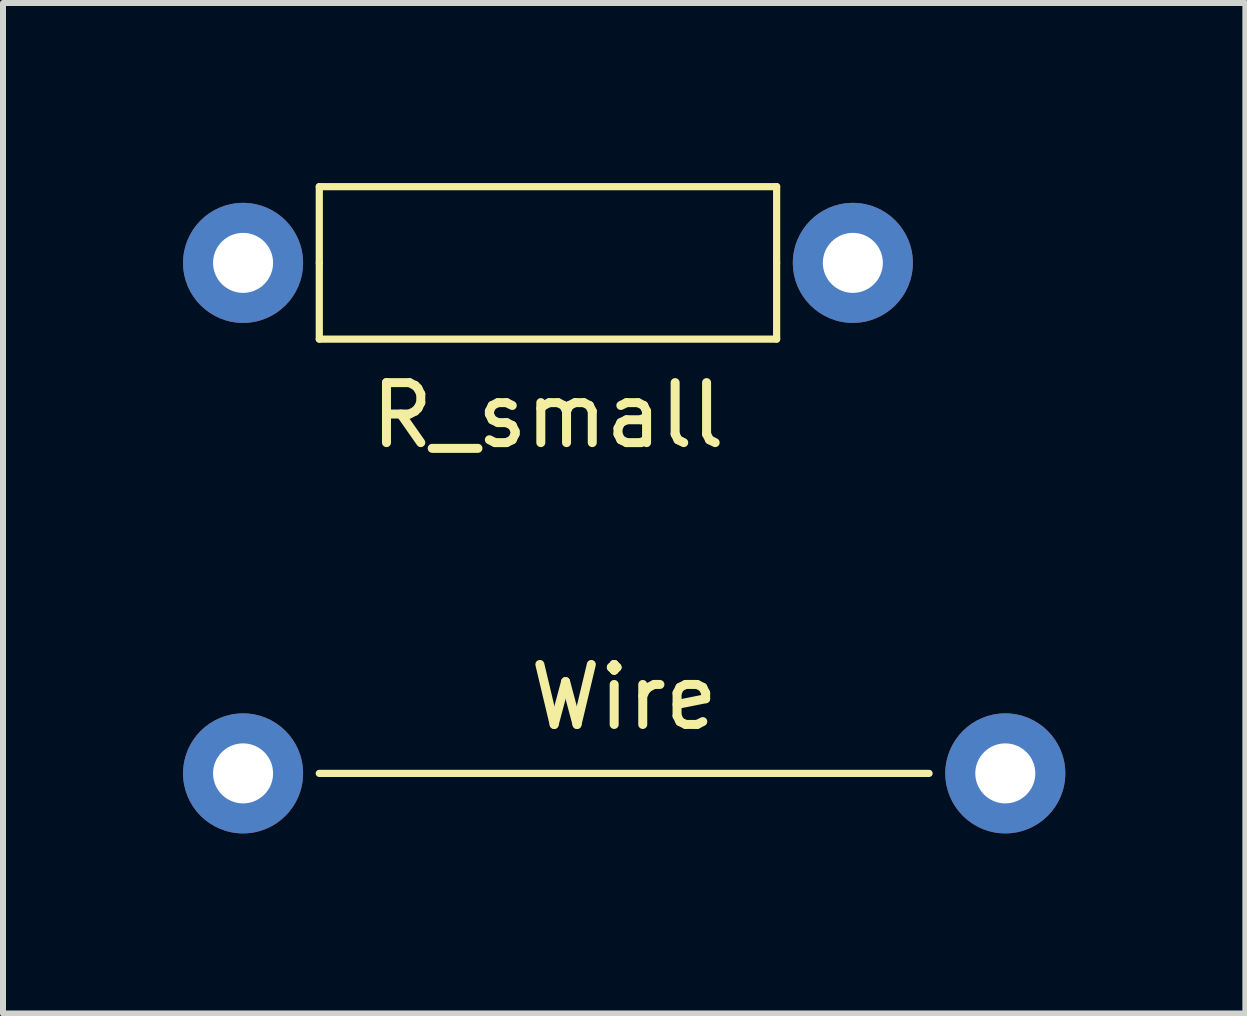
<source format=kicad_pcb>
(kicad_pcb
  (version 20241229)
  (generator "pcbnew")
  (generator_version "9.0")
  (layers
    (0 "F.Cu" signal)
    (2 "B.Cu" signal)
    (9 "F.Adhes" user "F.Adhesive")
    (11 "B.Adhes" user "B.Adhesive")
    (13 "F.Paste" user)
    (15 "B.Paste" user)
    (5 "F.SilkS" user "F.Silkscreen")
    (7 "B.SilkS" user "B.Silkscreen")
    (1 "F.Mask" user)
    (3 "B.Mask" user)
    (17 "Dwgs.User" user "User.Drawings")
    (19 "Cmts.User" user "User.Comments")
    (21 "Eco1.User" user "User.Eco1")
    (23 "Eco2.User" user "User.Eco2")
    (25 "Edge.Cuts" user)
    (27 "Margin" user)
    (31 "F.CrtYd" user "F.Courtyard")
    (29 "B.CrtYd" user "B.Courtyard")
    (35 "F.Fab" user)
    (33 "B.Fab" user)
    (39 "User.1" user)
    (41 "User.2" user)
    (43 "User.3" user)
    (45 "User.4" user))
  (footprint "Wire"
    (layer "F.Cu")
    (at 7.35 9.836)
    (property "Reference" "Wire" (at 0 -1.27 0) (layer "F.SilkS") (effects (font (size 1 1) (thickness 0.15))))
    (attr through_hole)
    (fp_line (start -5.08 0) (end 5.08 0) (stroke (width 0.12) (type solid)) (layer "F.SilkS"))
    (pad "1" thru_hole circle (at -6.35 0) (size 2 2) (drill 1) (layers "*.Cu" "*.Mask"))
    (pad "2" thru_hole circle (at 6.35 0) (size 2 2) (drill 1) (layers "*.Cu" "*.Mask")))
  (footprint "R_small"
    (layer "F.Cu")
    (at 6.08 1.33)
    (property "Reference" "R_small" (at 0 2.54 0) (layer "F.SilkS") (effects (font (size 1 1) (thickness 0.15))))
    (attr through_hole)
    (fp_line (start -3.81 -1.27) (end 3.81 -1.27) (stroke (width 0.12) (type solid)) (layer "F.SilkS"))
    (fp_line (start -3.81 0) (end -3.81 0) (stroke (width 0.12) (type solid)) (layer "F.SilkS"))
    (fp_line (start -3.81 1.27) (end -3.81 -1.27) (stroke (width 0.12) (type solid)) (layer "F.SilkS"))
    (fp_line (start 3.81 -1.27) (end 3.81 1.27) (stroke (width 0.12) (type solid)) (layer "F.SilkS"))
    (fp_line (start 3.81 0) (end 3.81 0) (stroke (width 0.12) (type solid)) (layer "F.SilkS"))
    (fp_line (start 3.81 1.27) (end -3.81 1.27) (stroke (width 0.12) (type solid)) (layer "F.SilkS"))
    (pad "1" thru_hole circle (at 5.08 0) (size 2 2) (drill 1) (layers "*.Cu" "*.Mask"))
    (pad "2" thru_hole circle (at -5.08 0) (size 2 2) (drill 1) (layers "*.Cu" "*.Mask")))
  (gr_rect
    (start -3 -3)
    (end 17.7 13.836)
    (stroke (width 0.1) (type default))
    (fill no)
    (layer "Edge.Cuts")))
</source>
